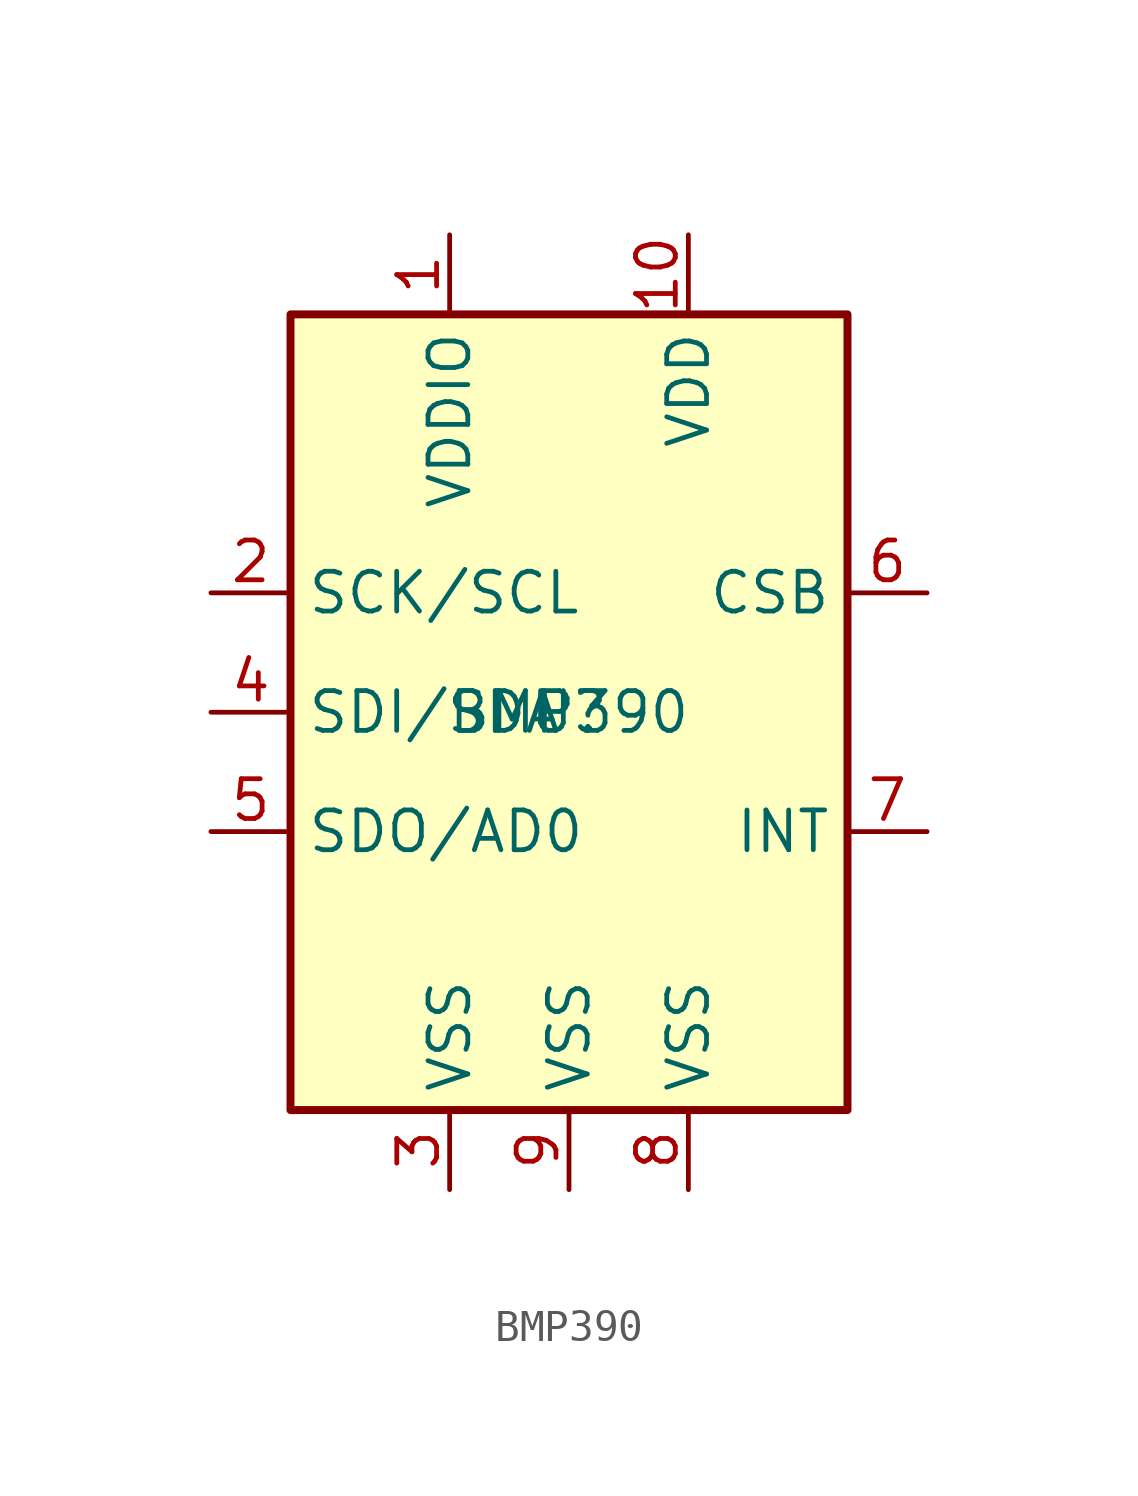
<source format=kicad_sym>
(kicad_symbol_lib
  (version 20211014)
  (generator kicad_symbol_editor)
  (symbol "BMP390"
    (property "Reference" "U"
      (at 0 0 0)
      (effects (font (size 1.27 1.27))))
    (property "Value" "BMP390"
      (at 0 0 0)
      (effects (font (size 1.27 1.27))))
    (symbol "BMP390_0_1"
      (rectangle (start -8.89 12.7) (end 8.89 -12.7) (stroke (width 0.254) (type default) (color 0 0 0 0)) (fill (type background))))
    (symbol "BMP390_1_1"
      (pin power_in line (at -3.81 15.24 270) (length 2.54) (name "VDDIO" (effects (font (size 1.27 1.27)))) (number "1" (effects (font (size 1.27 1.27)))))
      (pin power_out line (at 3.81 15.24 270) (length 2.54) (name "VDD" (effects (font (size 1.27 1.27)))) (number "10" (effects (font (size 1.27 1.27)))))
      (pin output line (at -11.43 3.81 0) (length 2.54) (name "SCK/SCL" (effects (font (size 1.27 1.27)))) (number "2" (effects (font (size 1.27 1.27)))))
      (pin power_in line (at -3.81 -15.24 90) (length 2.54) (name "VSS" (effects (font (size 1.27 1.27)))) (number "3" (effects (font (size 1.27 1.27)))))
      (pin output line (at -11.43 0 0) (length 2.54) (name "SDI/SDA" (effects (font (size 1.27 1.27)))) (number "4" (effects (font (size 1.27 1.27)))))
      (pin input line (at -11.43 -3.81 0) (length 2.54) (name "SDO/AD0" (effects (font (size 1.27 1.27)))) (number "5" (effects (font (size 1.27 1.27)))))
      (pin output line (at 11.43 3.81 180) (length 2.54) (name "CSB" (effects (font (size 1.27 1.27)))) (number "6" (effects (font (size 1.27 1.27)))))
      (pin output line (at 11.43 -3.81 180) (length 2.54) (name "INT" (effects (font (size 1.27 1.27)))) (number "7" (effects (font (size 1.27 1.27)))))
      (pin power_out line (at 3.81 -15.24 90) (length 2.54) (name "VSS" (effects (font (size 1.27 1.27)))) (number "8" (effects (font (size 1.27 1.27)))))
      (pin power_out line (at 0 -15.24 90) (length 2.54) (name "VSS" (effects (font (size 1.27 1.27)))) (number "9" (effects (font (size 1.27 1.27))))))))
</source>
